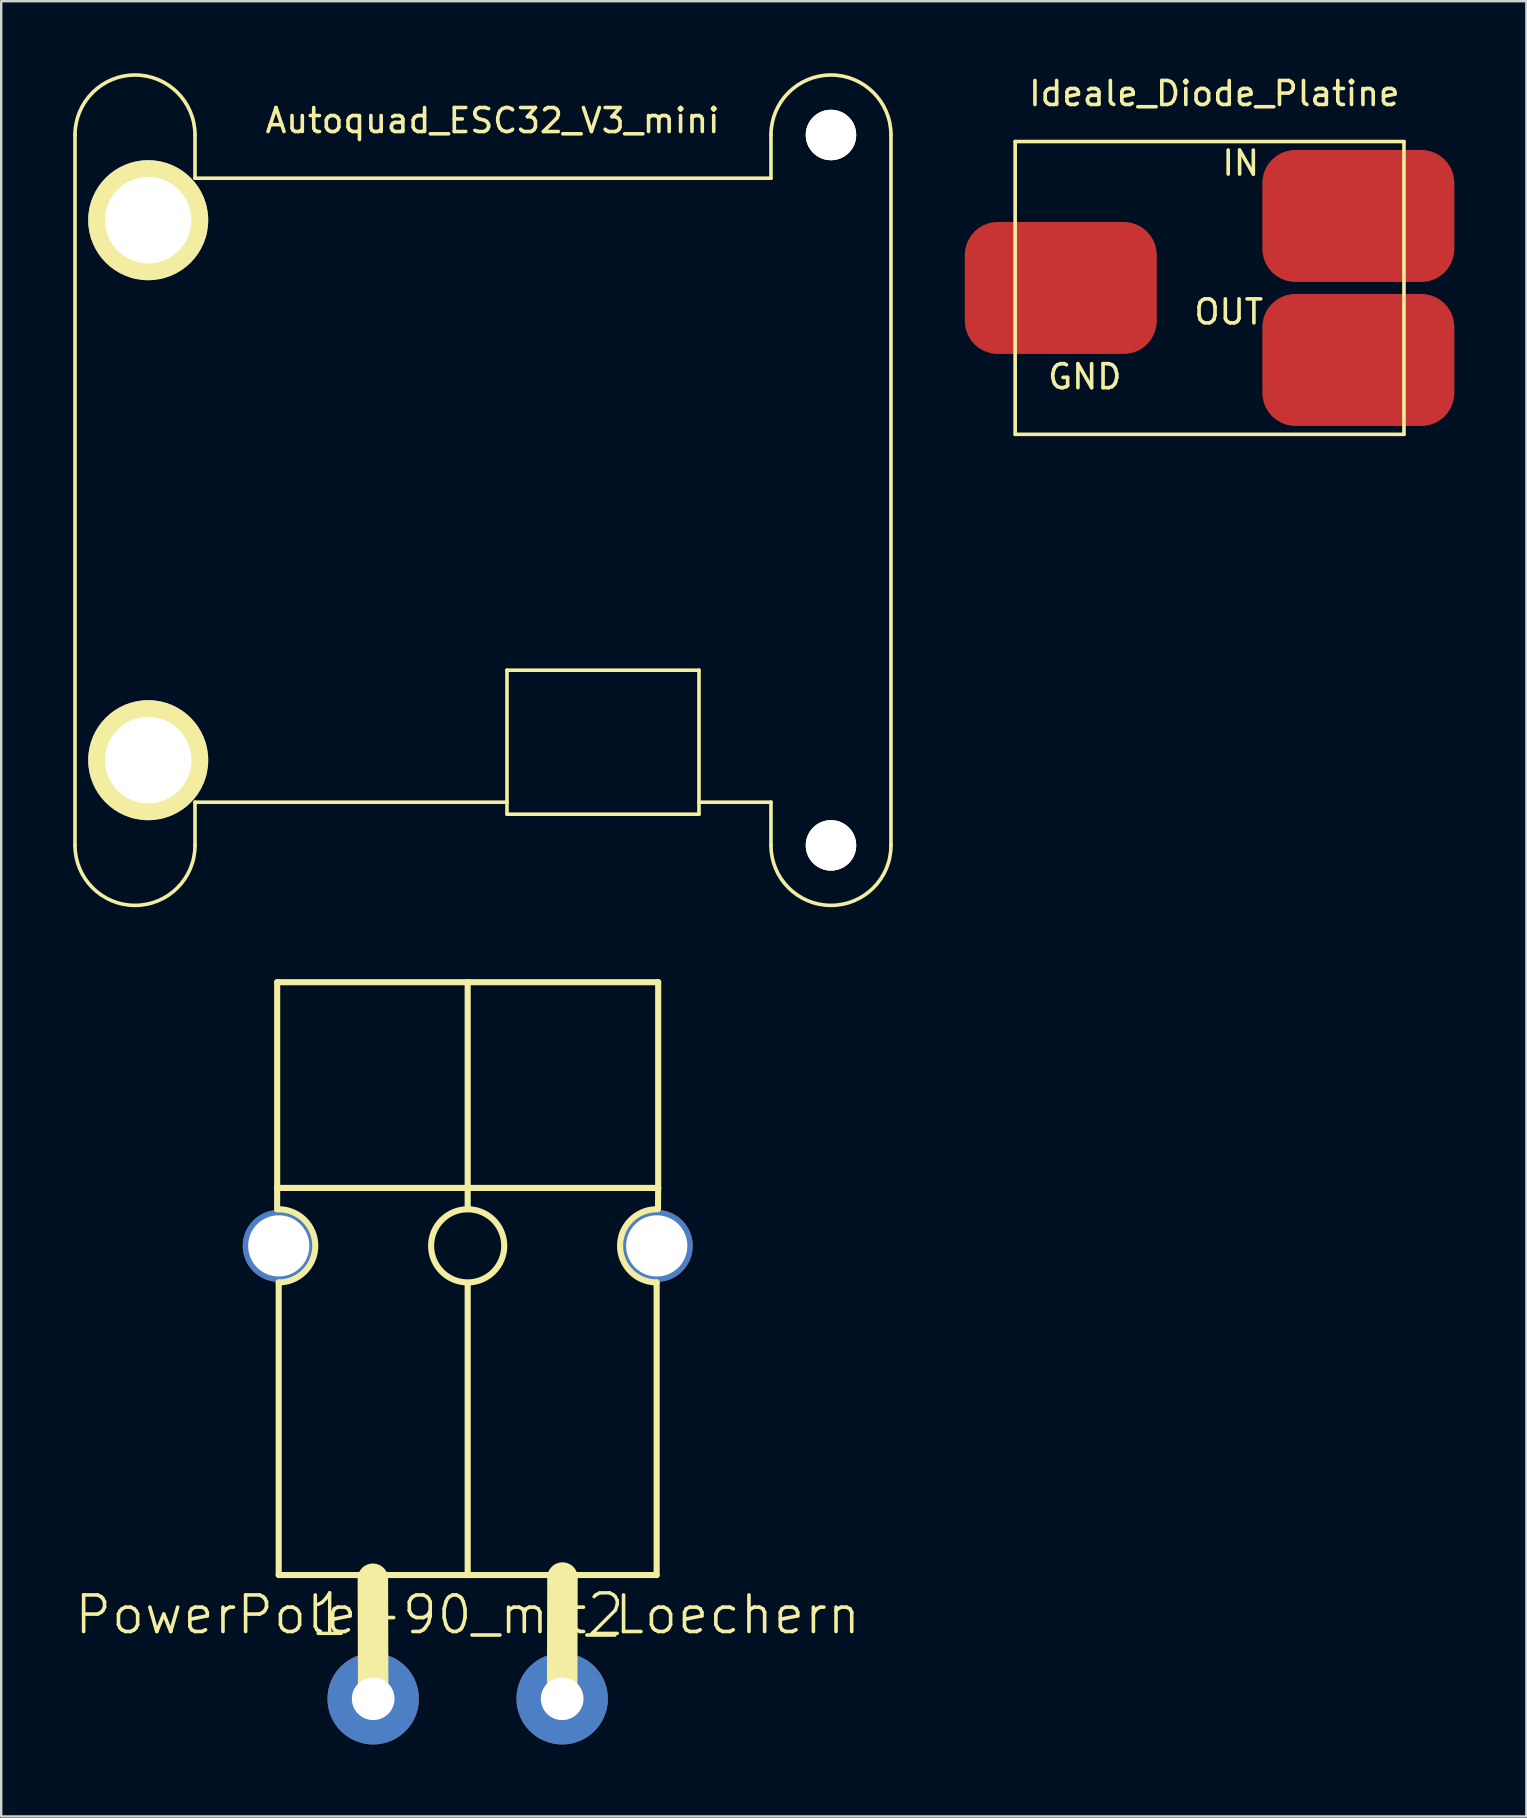
<source format=kicad_pcb>
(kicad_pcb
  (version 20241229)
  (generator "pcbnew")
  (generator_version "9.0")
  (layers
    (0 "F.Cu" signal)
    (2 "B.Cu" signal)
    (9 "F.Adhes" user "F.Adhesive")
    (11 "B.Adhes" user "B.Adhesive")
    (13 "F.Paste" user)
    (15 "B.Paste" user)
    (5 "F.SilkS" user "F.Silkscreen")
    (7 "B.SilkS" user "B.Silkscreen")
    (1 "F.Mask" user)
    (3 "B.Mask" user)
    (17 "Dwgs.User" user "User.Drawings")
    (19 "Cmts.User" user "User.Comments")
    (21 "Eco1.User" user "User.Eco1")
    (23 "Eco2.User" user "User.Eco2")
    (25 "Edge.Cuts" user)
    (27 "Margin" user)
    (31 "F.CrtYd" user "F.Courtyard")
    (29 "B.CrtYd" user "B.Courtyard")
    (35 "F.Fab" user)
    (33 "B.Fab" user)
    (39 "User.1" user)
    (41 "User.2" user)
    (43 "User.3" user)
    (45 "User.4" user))
  (footprint "PowerPole-90_mit_Loechern"
    (layer "F.Cu")
    (at 16.437 67.734)
    (property "Reference" "PowerPole-90_mit_Loechern" (at 0 -3.5 0) (layer "F.SilkS") (effects (font (size 1.524 1.524) (thickness 0.15))))
    (attr through_hole)
    (fp_line (start -7.94 -20.39) (end -7.938 -21.285) (stroke (width 0.254) (type solid)) (layer "F.SilkS"))
    (fp_line (start -7.938 -29.858) (end 7.938 -29.858) (stroke (width 0.254) (type solid)) (layer "F.SilkS"))
    (fp_line (start -7.938 -21.285) (end -7.938 -29.858) (stroke (width 0.254) (type solid)) (layer "F.SilkS"))
    (fp_line (start -7.938 -21.285) (end 7.938 -21.285) (stroke (width 0.254) (type solid)) (layer "F.SilkS"))
    (fp_line (start -7.874 -17.348) (end -7.874 -5.156) (stroke (width 0.254) (type solid)) (layer "F.SilkS"))
    (fp_line (start -7.874 -5.156) (end -3.937 -5.156) (stroke (width 0.254) (type solid)) (layer "F.SilkS"))
    (fp_line (start -3.937 -5.156) (end 0 -5.156) (stroke (width 0.254) (type solid)) (layer "F.SilkS"))
    (fp_line (start -3.937 0) (end -3.95 -5) (stroke (width 1.27) (type solid)) (layer "F.SilkS"))
    (fp_line (start 0 -20.4) (end 0 -29.858) (stroke (width 0.254) (type solid)) (layer "F.SilkS"))
    (fp_line (start 0 -17.285) (end 0 -5.156) (stroke (width 0.254) (type solid)) (layer "F.SilkS"))
    (fp_line (start 0 -5.156) (end 3.937 -5.156) (stroke (width 0.254) (type solid)) (layer "F.SilkS"))
    (fp_line (start 3.937 -5.156) (end 7.874 -5.156) (stroke (width 0.254) (type solid)) (layer "F.SilkS"))
    (fp_line (start 3.937 0) (end 3.95 -5.05) (stroke (width 1.27) (type solid)) (layer "F.SilkS"))
    (fp_line (start 7.874 -5.156) (end 7.874 -17.348) (stroke (width 0.254) (type solid)) (layer "F.SilkS"))
    (fp_line (start 7.938 -29.858) (end 7.938 -21.285) (stroke (width 0.254) (type solid)) (layer "F.SilkS"))
    (fp_line (start 7.938 -21.285) (end 7.93 -20.4) (stroke (width 0.254) (type solid)) (layer "F.SilkS"))
    (fp_arc (start -7.874 -20.396) (mid -6.35 -18.872) (end -7.874 -17.348) (stroke (width 0.254) (type solid)) (layer "F.SilkS"))
    (fp_arc (start 7.874 -17.348) (mid 6.35 -18.872) (end 7.874 -20.396) (stroke (width 0.254) (type solid)) (layer "F.SilkS"))
    (fp_circle (center 0 -18.872) (end 1.524 -18.872) (stroke (width 0.254) (type solid)) (fill no) (layer "F.SilkS"))
    (fp_text user "1" (at -5.75 -3.5 0) (layer "F.SilkS") (effects (font (size 1.689 1.689) (thickness 0.142))))
    (fp_text user "2" (at 5.75 -3.5 0) (layer "F.SilkS") (effects (font (size 1.689 1.689) (thickness 0.142))))
    (pad "" thru_hole circle (at -7.872 -18.87) (size 3 3) (drill 2.55) (layers "*.Cu" "*.Mask"))
    (pad "" thru_hole circle (at 7.878 -18.87) (size 3 3) (drill 2.55) (layers "*.Cu" "*.Mask"))
    (pad "1" thru_hole circle (at -3.937 0) (size 3.81 3.81) (drill 1.778) (layers "*.Cu" "*.Mask"))
    (pad "2" thru_hole circle (at 3.937 0) (size 3.81 3.81) (drill 1.778) (layers "*.Cu" "*.Mask")))
  (footprint "Autoquad_ESC32_V3_mini"
    (layer "F.Cu")
    (at 17.175 17.375)
    (property "Reference" "Autoquad_ESC32_V3_mini" (at 0.3 -15.4 0) (layer "F.SilkS") (effects (font (size 1 1) (thickness 0.15))))
    (attr through_hole)
    (fp_line (start -17.1 -14.8) (end -17.1 14.8) (stroke (width 0.15) (type solid)) (layer "F.SilkS"))
    (fp_line (start -12.1 -14.8) (end -12.1 -13) (stroke (width 0.15) (type solid)) (layer "F.SilkS"))
    (fp_line (start -12.1 -13) (end 11.9 -13) (stroke (width 0.15) (type solid)) (layer "F.SilkS"))
    (fp_line (start -12.1 14.8) (end -12.1 13) (stroke (width 0.15) (type solid)) (layer "F.SilkS"))
    (fp_line (start 0.9 7.5) (end 0.9 13) (stroke (width 0.15) (type solid)) (layer "F.SilkS"))
    (fp_line (start 0.9 13) (end -12.1 13) (stroke (width 0.15) (type solid)) (layer "F.SilkS"))
    (fp_line (start 0.9 13.5) (end 0.9 13) (stroke (width 0.15) (type solid)) (layer "F.SilkS"))
    (fp_line (start 8.9 7.5) (end 0.9 7.5) (stroke (width 0.15) (type solid)) (layer "F.SilkS"))
    (fp_line (start 8.9 13.5) (end 0.9 13.5) (stroke (width 0.15) (type solid)) (layer "F.SilkS"))
    (fp_line (start 8.9 13.5) (end 8.9 7.5) (stroke (width 0.15) (type solid)) (layer "F.SilkS"))
    (fp_line (start 11.9 -13) (end 11.9 -14.8) (stroke (width 0.15) (type solid)) (layer "F.SilkS"))
    (fp_line (start 11.9 13) (end 8.9 13) (stroke (width 0.15) (type solid)) (layer "F.SilkS"))
    (fp_line (start 11.9 13) (end 11.9 14.8) (stroke (width 0.15) (type solid)) (layer "F.SilkS"))
    (fp_line (start 16.9 14.8) (end 16.9 -14.8) (stroke (width 0.15) (type solid)) (layer "F.SilkS"))
    (fp_arc (start -17.1 -14.8) (mid -14.6 -17.3) (end -12.1 -14.8) (stroke (width 0.15) (type solid)) (layer "F.SilkS"))
    (fp_arc (start -12.1 14.8) (mid -14.6 17.3) (end -17.1 14.8) (stroke (width 0.15) (type solid)) (layer "F.SilkS"))
    (fp_arc (start 11.9 -14.8) (mid 14.4 -17.3) (end 16.9 -14.8) (stroke (width 0.15) (type solid)) (layer "F.SilkS"))
    (fp_arc (start 16.9 14.8) (mid 14.4 17.3) (end 11.9 14.8) (stroke (width 0.15) (type solid)) (layer "F.SilkS"))
    (pad "" thru_hole circle (at 14.4 -14.8) (size 2.1 2.1) (drill 2.1) (layers "*.Cu" "*.Mask" "F.SilkS"))
    (pad "" thru_hole circle (at 14.4 14.8) (size 2.1 2.1) (drill 2.1) (layers "*.Cu" "*.Mask" "F.SilkS"))
    (pad "1" thru_hole circle (at -14.05 -11.25) (size 5 5) (drill 3.6) (layers "*.Cu" "*.Mask" "F.SilkS"))
    (pad "2" thru_hole circle (at -14.05 11.25) (size 5 5) (drill 3.6) (layers "*.Cu" "*.Mask" "F.SilkS")))
  (footprint "Ideale_Diode_Platine"
    (layer "F.Cu")
    (at 47.35 8.948)
    (property "Reference" "Ideale_Diode_Platine" (at 0.2 -8.1 0) (layer "F.SilkS") (effects (font (size 1 1) (thickness 0.15))))
    (attr through_hole)
    (fp_line (start -8.1 -6.1) (end -8.1 6.1) (stroke (width 0.15) (type solid)) (layer "F.SilkS"))
    (fp_line (start -8.1 -6.1) (end 8.1 -6.1) (stroke (width 0.15) (type solid)) (layer "F.SilkS"))
    (fp_line (start 8.1 -6.1) (end 8.1 6.1) (stroke (width 0.15) (type solid)) (layer "F.SilkS"))
    (fp_line (start 8.1 6.1) (end -8.1 6.1) (stroke (width 0.15) (type solid)) (layer "F.SilkS"))
    (fp_text user "GND" (at -5.2 3.7 0) (layer "F.SilkS") (effects (font (size 1 1) (thickness 0.15))))
    (fp_text user "OUT" (at 0.8 1 0) (layer "F.SilkS") (effects (font (size 1 1) (thickness 0.15))))
    (fp_text user "IN" (at 1.3 -5.2 0) (layer "F.SilkS") (effects (font (size 1 1) (thickness 0.15))))
    (pad "1" connect roundrect (at -6.2 0) (size 8 5.5) (layers "F.Cu" "F.Mask") (roundrect_rratio 0.25))
    (pad "2" connect roundrect (at 6.2 -3) (size 8 5.5) (layers "F.Cu" "F.Mask") (roundrect_rratio 0.25))
    (pad "3" connect roundrect (at 6.2 3) (size 8 5.5) (layers "F.Cu" "F.Mask") (roundrect_rratio 0.25)))
  (gr_rect
    (start -3 -3)
    (end 60.55 72.639)
    (stroke (width 0.1) (type default))
    (fill no)
    (layer "Edge.Cuts")))
</source>
